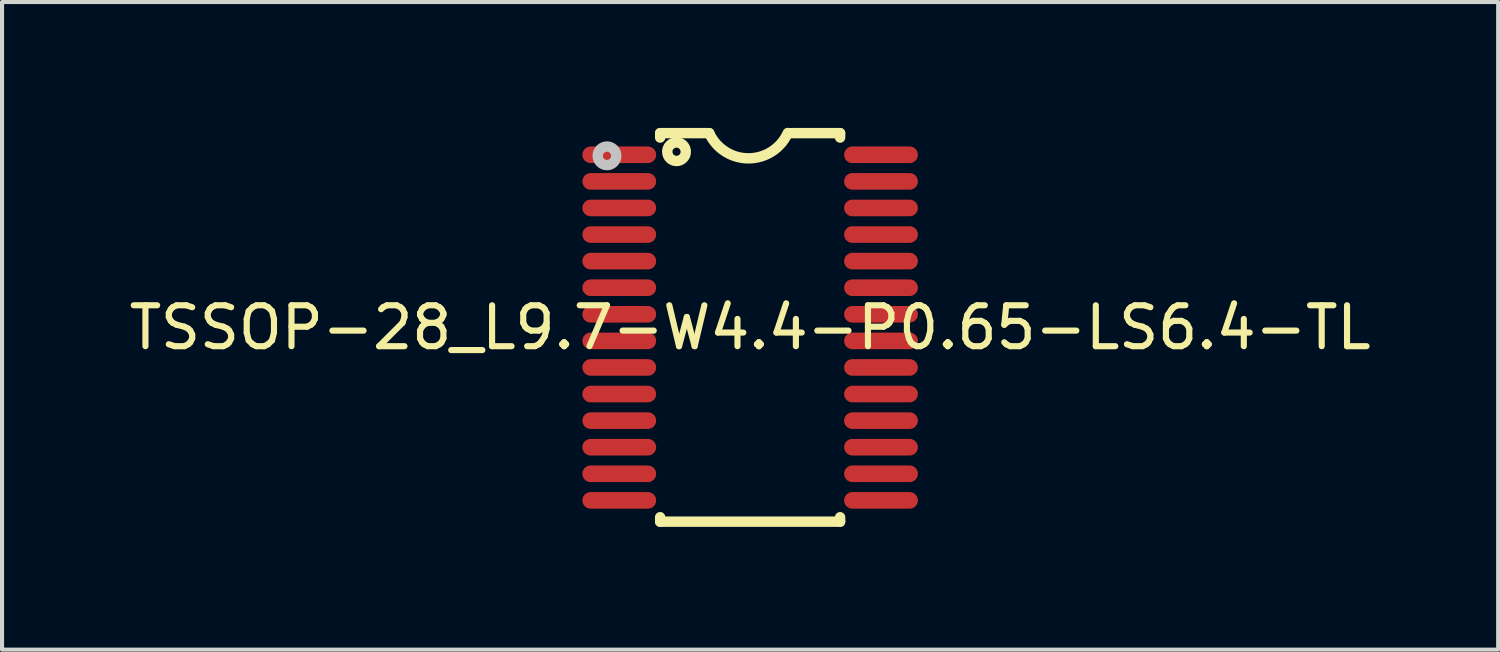
<source format=kicad_pcb>
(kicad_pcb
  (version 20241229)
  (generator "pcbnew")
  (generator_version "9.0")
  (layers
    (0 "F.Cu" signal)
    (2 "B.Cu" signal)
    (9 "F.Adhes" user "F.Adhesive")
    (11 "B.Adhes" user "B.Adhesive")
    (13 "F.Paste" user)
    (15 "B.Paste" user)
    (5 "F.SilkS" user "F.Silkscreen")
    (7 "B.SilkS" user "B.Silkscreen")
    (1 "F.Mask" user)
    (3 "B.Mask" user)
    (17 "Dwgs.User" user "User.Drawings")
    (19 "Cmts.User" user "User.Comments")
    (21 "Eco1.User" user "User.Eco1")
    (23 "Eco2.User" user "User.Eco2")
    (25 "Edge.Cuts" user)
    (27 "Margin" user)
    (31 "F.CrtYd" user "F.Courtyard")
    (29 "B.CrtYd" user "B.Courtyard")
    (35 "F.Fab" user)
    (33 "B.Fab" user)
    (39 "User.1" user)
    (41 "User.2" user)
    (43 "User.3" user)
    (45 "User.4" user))
  (footprint "TSSOP-28_L9.7-W4.4-P0.65-LS6.4-TL"
    (layer "F.Cu")
    (at 15.292 4.96)
    (property "Reference" "TSSOP-28_L9.7-W4.4-P0.65-LS6.4-TL" (at 0 0 0) (unlocked yes) (layer "F.SilkS") (effects (font (size 1 1) (thickness 0.15))))
    (fp_line (start -2.2 -4.754) (end -2.2 -4.646) (stroke (width 0.254) (type default)) (layer "F.SilkS"))
    (fp_line (start -2.2 -4.754) (end -1 -4.754) (stroke (width 0.254) (type default)) (layer "F.SilkS"))
    (fp_line (start -2.2 4.637) (end -2.2 4.746) (stroke (width 0.254) (type default)) (layer "F.SilkS"))
    (fp_line (start -2.2 4.746) (end 2.2 4.746) (stroke (width 0.254) (type default)) (layer "F.SilkS"))
    (fp_line (start 2.2 -4.754) (end 1 -4.754) (stroke (width 0.254) (type default)) (layer "F.SilkS"))
    (fp_line (start 2.2 -4.754) (end 2.2 -4.646) (stroke (width 0.254) (type default)) (layer "F.SilkS"))
    (fp_line (start 2.2 4.637) (end 2.2 4.746) (stroke (width 0.254) (type default)) (layer "F.SilkS"))
    (fp_arc (start 0.921 -4.758) (mid -0.038265 -4.137679) (end -1 -4.754) (stroke (width 0.254) (type default)) (layer "F.SilkS"))
    (fp_circle (center -1.8 -4.3) (end -1.7 -4.3) (stroke (width 0.254) (type default)) (fill no) (layer "F.SilkS"))
    (fp_circle (center -3.5 -4.2) (end -3.4 -4.2) (stroke (width 0.254) (type default)) (fill no) (layer "Dwgs.User"))
    (fp_poly (pts (xy -3.2 -4.075) (xy -3.2 -4.375) (xy -2.6 -4.375) (xy -2.6 -4.075)) (stroke (width 0.1) (type default)) (fill no) (layer "User.1"))
    (fp_poly (pts (xy -3.2 -3.425) (xy -3.2 -3.725) (xy -2.6 -3.725) (xy -2.6 -3.425)) (stroke (width 0.1) (type default)) (fill no) (layer "User.1"))
    (fp_poly (pts (xy -3.2 -2.775) (xy -3.2 -3.075) (xy -2.6 -3.075) (xy -2.6 -2.775)) (stroke (width 0.1) (type default)) (fill no) (layer "User.1"))
    (fp_poly (pts (xy -3.2 -2.125) (xy -3.2 -2.425) (xy -2.6 -2.425) (xy -2.6 -2.125)) (stroke (width 0.1) (type default)) (fill no) (layer "User.1"))
    (fp_poly (pts (xy -3.2 -1.475) (xy -3.2 -1.775) (xy -2.6 -1.775) (xy -2.6 -1.475)) (stroke (width 0.1) (type default)) (fill no) (layer "User.1"))
    (fp_poly (pts (xy -3.2 -0.825) (xy -3.2 -1.125) (xy -2.6 -1.125) (xy -2.6 -0.825)) (stroke (width 0.1) (type default)) (fill no) (layer "User.1"))
    (fp_poly (pts (xy -3.2 -0.175) (xy -3.2 -0.475) (xy -2.6 -0.475) (xy -2.6 -0.175)) (stroke (width 0.1) (type default)) (fill no) (layer "User.1"))
    (fp_poly (pts (xy -3.2 0.475) (xy -3.2 0.175) (xy -2.6 0.175) (xy -2.6 0.475)) (stroke (width 0.1) (type default)) (fill no) (layer "User.1"))
    (fp_poly (pts (xy -3.2 1.125) (xy -3.2 0.825) (xy -2.6 0.825) (xy -2.6 1.125)) (stroke (width 0.1) (type default)) (fill no) (layer "User.1"))
    (fp_poly (pts (xy -3.2 1.775) (xy -3.2 1.475) (xy -2.6 1.475) (xy -2.6 1.775)) (stroke (width 0.1) (type default)) (fill no) (layer "User.1"))
    (fp_poly (pts (xy -3.2 2.425) (xy -3.2 2.125) (xy -2.6 2.125) (xy -2.6 2.425)) (stroke (width 0.1) (type default)) (fill no) (layer "User.1"))
    (fp_poly (pts (xy -3.2 3.075) (xy -3.2 2.775) (xy -2.6 2.775) (xy -2.6 3.075)) (stroke (width 0.1) (type default)) (fill no) (layer "User.1"))
    (fp_poly (pts (xy -3.2 3.725) (xy -3.2 3.425) (xy -2.6 3.425) (xy -2.6 3.725)) (stroke (width 0.1) (type default)) (fill no) (layer "User.1"))
    (fp_poly (pts (xy -3.2 4.375) (xy -3.2 4.075) (xy -2.6 4.075) (xy -2.6 4.375)) (stroke (width 0.1) (type default)) (fill no) (layer "User.1"))
    (fp_poly (pts (xy -2.61 -4.075) (xy -2.61 -4.375) (xy -2.19 -4.375) (xy -2.19 -4.075)) (stroke (width 0.1) (type default)) (fill no) (layer "User.1"))
    (fp_poly (pts (xy -2.61 -3.425) (xy -2.61 -3.725) (xy -2.19 -3.725) (xy -2.19 -3.425)) (stroke (width 0.1) (type default)) (fill no) (layer "User.1"))
    (fp_poly (pts (xy -2.61 -2.775) (xy -2.61 -3.075) (xy -2.19 -3.075) (xy -2.19 -2.775)) (stroke (width 0.1) (type default)) (fill no) (layer "User.1"))
    (fp_poly (pts (xy -2.61 -2.125) (xy -2.61 -2.425) (xy -2.19 -2.425) (xy -2.19 -2.125)) (stroke (width 0.1) (type default)) (fill no) (layer "User.1"))
    (fp_poly (pts (xy -2.61 -1.475) (xy -2.61 -1.775) (xy -2.19 -1.775) (xy -2.19 -1.475)) (stroke (width 0.1) (type default)) (fill no) (layer "User.1"))
    (fp_poly (pts (xy -2.61 -0.825) (xy -2.61 -1.125) (xy -2.19 -1.125) (xy -2.19 -0.825)) (stroke (width 0.1) (type default)) (fill no) (layer "User.1"))
    (fp_poly (pts (xy -2.61 -0.175) (xy -2.61 -0.475) (xy -2.19 -0.475) (xy -2.19 -0.175)) (stroke (width 0.1) (type default)) (fill no) (layer "User.1"))
    (fp_poly (pts (xy -2.61 0.475) (xy -2.61 0.175) (xy -2.19 0.175) (xy -2.19 0.475)) (stroke (width 0.1) (type default)) (fill no) (layer "User.1"))
    (fp_poly (pts (xy -2.61 1.125) (xy -2.61 0.825) (xy -2.19 0.825) (xy -2.19 1.125)) (stroke (width 0.1) (type default)) (fill no) (layer "User.1"))
    (fp_poly (pts (xy -2.61 1.775) (xy -2.61 1.475) (xy -2.19 1.475) (xy -2.19 1.775)) (stroke (width 0.1) (type default)) (fill no) (layer "User.1"))
    (fp_poly (pts (xy -2.61 2.425) (xy -2.61 2.125) (xy -2.19 2.125) (xy -2.19 2.425)) (stroke (width 0.1) (type default)) (fill no) (layer "User.1"))
    (fp_poly (pts (xy -2.61 3.075) (xy -2.61 2.775) (xy -2.19 2.775) (xy -2.19 3.075)) (stroke (width 0.1) (type default)) (fill no) (layer "User.1"))
    (fp_poly (pts (xy -2.61 3.725) (xy -2.61 3.425) (xy -2.19 3.425) (xy -2.19 3.725)) (stroke (width 0.1) (type default)) (fill no) (layer "User.1"))
    (fp_poly (pts (xy -2.61 4.375) (xy -2.61 4.075) (xy -2.19 4.075) (xy -2.19 4.375)) (stroke (width 0.1) (type default)) (fill no) (layer "User.1"))
    (fp_poly (pts (xy 2.19 -4.075) (xy 2.19 -4.375) (xy 2.61 -4.375) (xy 2.61 -4.075)) (stroke (width 0.1) (type default)) (fill no) (layer "User.1"))
    (fp_poly (pts (xy 2.19 -3.425) (xy 2.19 -3.725) (xy 2.61 -3.725) (xy 2.61 -3.425)) (stroke (width 0.1) (type default)) (fill no) (layer "User.1"))
    (fp_poly (pts (xy 2.19 -2.775) (xy 2.19 -3.075) (xy 2.61 -3.075) (xy 2.61 -2.775)) (stroke (width 0.1) (type default)) (fill no) (layer "User.1"))
    (fp_poly (pts (xy 2.19 -2.125) (xy 2.19 -2.425) (xy 2.61 -2.425) (xy 2.61 -2.125)) (stroke (width 0.1) (type default)) (fill no) (layer "User.1"))
    (fp_poly (pts (xy 2.19 -1.475) (xy 2.19 -1.775) (xy 2.61 -1.775) (xy 2.61 -1.475)) (stroke (width 0.1) (type default)) (fill no) (layer "User.1"))
    (fp_poly (pts (xy 2.19 -0.825) (xy 2.19 -1.125) (xy 2.61 -1.125) (xy 2.61 -0.825)) (stroke (width 0.1) (type default)) (fill no) (layer "User.1"))
    (fp_poly (pts (xy 2.19 -0.175) (xy 2.19 -0.475) (xy 2.61 -0.475) (xy 2.61 -0.175)) (stroke (width 0.1) (type default)) (fill no) (layer "User.1"))
    (fp_poly (pts (xy 2.19 0.475) (xy 2.19 0.175) (xy 2.61 0.175) (xy 2.61 0.475)) (stroke (width 0.1) (type default)) (fill no) (layer "User.1"))
    (fp_poly (pts (xy 2.19 1.125) (xy 2.19 0.825) (xy 2.61 0.825) (xy 2.61 1.125)) (stroke (width 0.1) (type default)) (fill no) (layer "User.1"))
    (fp_poly (pts (xy 2.19 1.775) (xy 2.19 1.475) (xy 2.61 1.475) (xy 2.61 1.775)) (stroke (width 0.1) (type default)) (fill no) (layer "User.1"))
    (fp_poly (pts (xy 2.19 2.425) (xy 2.19 2.125) (xy 2.61 2.125) (xy 2.61 2.425)) (stroke (width 0.1) (type default)) (fill no) (layer "User.1"))
    (fp_poly (pts (xy 2.19 3.075) (xy 2.19 2.775) (xy 2.61 2.775) (xy 2.61 3.075)) (stroke (width 0.1) (type default)) (fill no) (layer "User.1"))
    (fp_poly (pts (xy 2.19 3.725) (xy 2.19 3.425) (xy 2.61 3.425) (xy 2.61 3.725)) (stroke (width 0.1) (type default)) (fill no) (layer "User.1"))
    (fp_poly (pts (xy 2.19 4.375) (xy 2.19 4.075) (xy 2.61 4.075) (xy 2.61 4.375)) (stroke (width 0.1) (type default)) (fill no) (layer "User.1"))
    (fp_poly (pts (xy 2.6 -4.075) (xy 2.6 -4.375) (xy 3.2 -4.375) (xy 3.2 -4.075)) (stroke (width 0.1) (type default)) (fill no) (layer "User.1"))
    (fp_poly (pts (xy 2.6 -3.425) (xy 2.6 -3.725) (xy 3.2 -3.725) (xy 3.2 -3.425)) (stroke (width 0.1) (type default)) (fill no) (layer "User.1"))
    (fp_poly (pts (xy 2.6 -2.775) (xy 2.6 -3.075) (xy 3.2 -3.075) (xy 3.2 -2.775)) (stroke (width 0.1) (type default)) (fill no) (layer "User.1"))
    (fp_poly (pts (xy 2.6 -2.125) (xy 2.6 -2.425) (xy 3.2 -2.425) (xy 3.2 -2.125)) (stroke (width 0.1) (type default)) (fill no) (layer "User.1"))
    (fp_poly (pts (xy 2.6 -1.475) (xy 2.6 -1.775) (xy 3.2 -1.775) (xy 3.2 -1.475)) (stroke (width 0.1) (type default)) (fill no) (layer "User.1"))
    (fp_poly (pts (xy 2.6 -0.825) (xy 2.6 -1.125) (xy 3.2 -1.125) (xy 3.2 -0.825)) (stroke (width 0.1) (type default)) (fill no) (layer "User.1"))
    (fp_poly (pts (xy 2.6 -0.175) (xy 2.6 -0.475) (xy 3.2 -0.475) (xy 3.2 -0.175)) (stroke (width 0.1) (type default)) (fill no) (layer "User.1"))
    (fp_poly (pts (xy 2.6 0.475) (xy 2.6 0.175) (xy 3.2 0.175) (xy 3.2 0.475)) (stroke (width 0.1) (type default)) (fill no) (layer "User.1"))
    (fp_poly (pts (xy 2.6 1.125) (xy 2.6 0.825) (xy 3.2 0.825) (xy 3.2 1.125)) (stroke (width 0.1) (type default)) (fill no) (layer "User.1"))
    (fp_poly (pts (xy 2.6 1.775) (xy 2.6 1.475) (xy 3.2 1.475) (xy 3.2 1.775)) (stroke (width 0.1) (type default)) (fill no) (layer "User.1"))
    (fp_poly (pts (xy 2.6 2.425) (xy 2.6 2.125) (xy 3.2 2.125) (xy 3.2 2.425)) (stroke (width 0.1) (type default)) (fill no) (layer "User.1"))
    (fp_poly (pts (xy 2.6 3.075) (xy 2.6 2.775) (xy 3.2 2.775) (xy 3.2 3.075)) (stroke (width 0.1) (type default)) (fill no) (layer "User.1"))
    (fp_poly (pts (xy 2.6 3.725) (xy 2.6 3.425) (xy 3.2 3.425) (xy 3.2 3.725)) (stroke (width 0.1) (type default)) (fill no) (layer "User.1"))
    (fp_poly (pts (xy 2.6 4.375) (xy 2.6 4.075) (xy 3.2 4.075) (xy 3.2 4.375)) (stroke (width 0.1) (type default)) (fill no) (layer "User.1"))
    (fp_line (start -2.2 -4.85) (end 2.2 -4.85) (stroke (width 0.051) (type default)) (layer "User.2"))
    (fp_line (start -2.2 4.85) (end -2.2 -4.85) (stroke (width 0.051) (type default)) (layer "User.2"))
    (fp_line (start 2.2 -4.85) (end 2.2 4.85) (stroke (width 0.051) (type default)) (layer "User.2"))
    (fp_line (start 2.2 4.85) (end -2.2 4.85) (stroke (width 0.051) (type default)) (layer "User.2"))
    (fp_poly (pts (xy -3.14 -4.85) (xy -3.158 -4.892) (xy -3.2 -4.91) (xy -3.242 -4.892) (xy -3.26 -4.85) (xy -3.242 -4.808) (xy -3.2 -4.79) (xy -3.158 -4.808)) (stroke (width 0.1) (type default)) (fill no) (layer "User.3"))
    (pad "1" smd oval (at -3.2 -4.225) (size 1.804 0.406) (layers "F.Cu" "F.Mask" "F.Paste"))
    (pad "2" smd oval (at -3.2 -3.575) (size 1.804 0.406) (layers "F.Cu" "F.Mask" "F.Paste"))
    (pad "3" smd oval (at -3.2 -2.925) (size 1.804 0.406) (layers "F.Cu" "F.Mask" "F.Paste"))
    (pad "4" smd oval (at -3.2 -2.275) (size 1.804 0.406) (layers "F.Cu" "F.Mask" "F.Paste"))
    (pad "5" smd oval (at -3.2 -1.625) (size 1.804 0.406) (layers "F.Cu" "F.Mask" "F.Paste"))
    (pad "6" smd oval (at -3.2 -0.975) (size 1.804 0.406) (layers "F.Cu" "F.Mask" "F.Paste"))
    (pad "7" smd oval (at -3.2 -0.325) (size 1.804 0.406) (layers "F.Cu" "F.Mask" "F.Paste"))
    (pad "8" smd oval (at -3.2 0.325) (size 1.804 0.406) (layers "F.Cu" "F.Mask" "F.Paste"))
    (pad "9" smd oval (at -3.2 0.975) (size 1.804 0.406) (layers "F.Cu" "F.Mask" "F.Paste"))
    (pad "10" smd oval (at -3.2 1.625) (size 1.804 0.406) (layers "F.Cu" "F.Mask" "F.Paste"))
    (pad "11" smd oval (at -3.2 2.275) (size 1.804 0.406) (layers "F.Cu" "F.Mask" "F.Paste"))
    (pad "12" smd oval (at -3.2 2.925) (size 1.804 0.406) (layers "F.Cu" "F.Mask" "F.Paste"))
    (pad "13" smd oval (at -3.2 3.575) (size 1.804 0.406) (layers "F.Cu" "F.Mask" "F.Paste"))
    (pad "14" smd oval (at -3.2 4.225) (size 1.804 0.406) (layers "F.Cu" "F.Mask" "F.Paste"))
    (pad "15" smd oval (at 3.2 4.225) (size 1.804 0.406) (layers "F.Cu" "F.Mask" "F.Paste"))
    (pad "16" smd oval (at 3.2 3.575) (size 1.804 0.406) (layers "F.Cu" "F.Mask" "F.Paste"))
    (pad "17" smd oval (at 3.2 2.925) (size 1.804 0.406) (layers "F.Cu" "F.Mask" "F.Paste"))
    (pad "18" smd oval (at 3.2 2.275) (size 1.804 0.406) (layers "F.Cu" "F.Mask" "F.Paste"))
    (pad "19" smd oval (at 3.2 1.625) (size 1.804 0.406) (layers "F.Cu" "F.Mask" "F.Paste"))
    (pad "20" smd oval (at 3.2 0.975) (size 1.804 0.406) (layers "F.Cu" "F.Mask" "F.Paste"))
    (pad "21" smd oval (at 3.2 0.325) (size 1.804 0.406) (layers "F.Cu" "F.Mask" "F.Paste"))
    (pad "22" smd oval (at 3.2 -0.325) (size 1.804 0.406) (layers "F.Cu" "F.Mask" "F.Paste"))
    (pad "23" smd oval (at 3.2 -0.975) (size 1.804 0.406) (layers "F.Cu" "F.Mask" "F.Paste"))
    (pad "24" smd oval (at 3.2 -1.625) (size 1.804 0.406) (layers "F.Cu" "F.Mask" "F.Paste"))
    (pad "25" smd oval (at 3.2 -2.275) (size 1.804 0.406) (layers "F.Cu" "F.Mask" "F.Paste"))
    (pad "26" smd oval (at 3.2 -2.925) (size 1.804 0.406) (layers "F.Cu" "F.Mask" "F.Paste"))
    (pad "27" smd oval (at 3.2 -3.575) (size 1.804 0.406) (layers "F.Cu" "F.Mask" "F.Paste"))
    (pad "28" smd oval (at 3.2 -4.225) (size 1.804 0.406) (layers "F.Cu" "F.Mask" "F.Paste")))
  (gr_rect
    (start -3 -3)
    (end 33.583 12.835)
    (stroke (width 0.1) (type default))
    (fill no)
    (layer "Edge.Cuts")))
</source>
